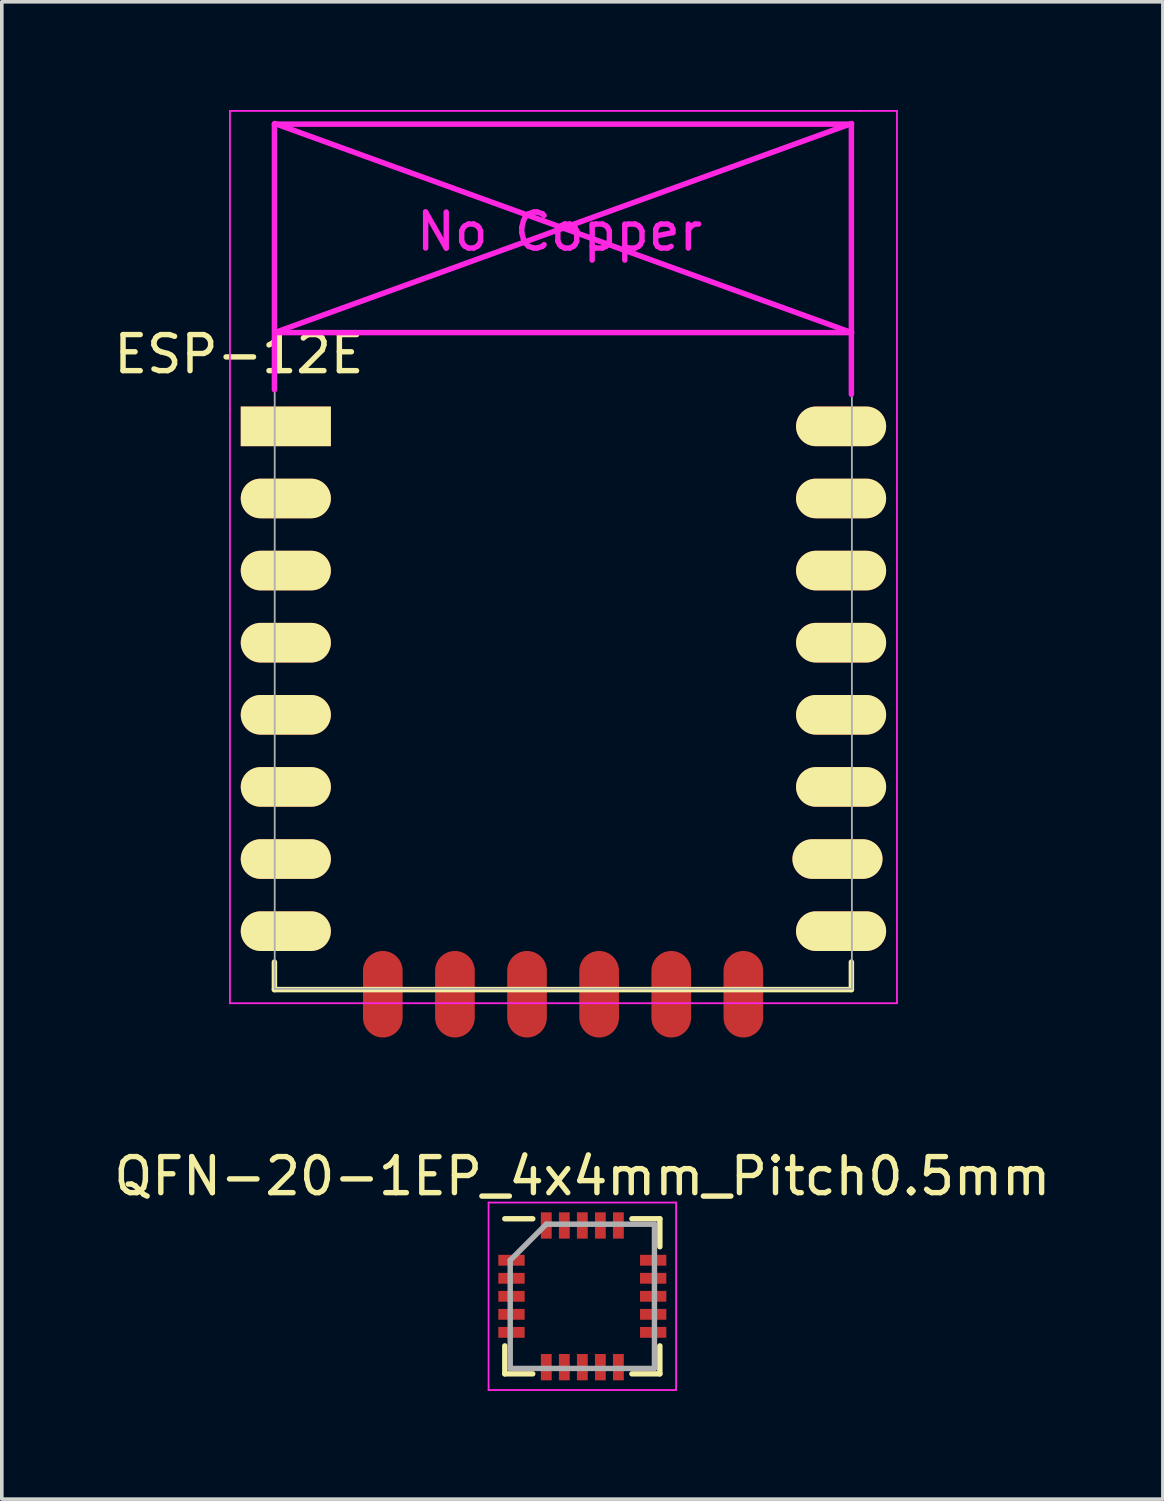
<source format=kicad_pcb>
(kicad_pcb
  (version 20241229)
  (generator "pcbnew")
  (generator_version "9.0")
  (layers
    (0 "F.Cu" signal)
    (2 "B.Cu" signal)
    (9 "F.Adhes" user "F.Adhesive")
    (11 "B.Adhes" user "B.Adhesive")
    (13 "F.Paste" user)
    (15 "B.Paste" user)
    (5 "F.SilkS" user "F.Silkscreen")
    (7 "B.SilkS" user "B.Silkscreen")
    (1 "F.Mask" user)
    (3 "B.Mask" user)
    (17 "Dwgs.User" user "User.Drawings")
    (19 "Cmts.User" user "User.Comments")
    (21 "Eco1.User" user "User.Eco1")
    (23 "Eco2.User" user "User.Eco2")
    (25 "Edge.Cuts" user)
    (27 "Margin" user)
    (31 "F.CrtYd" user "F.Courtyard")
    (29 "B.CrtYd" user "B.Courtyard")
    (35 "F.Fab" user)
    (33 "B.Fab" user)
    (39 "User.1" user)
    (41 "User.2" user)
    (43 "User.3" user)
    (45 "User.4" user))
  (footprint "ESP-12E"
    (layer "F.Cu")
    (at 5.577 8.775)
    (property "Reference" "ESP-12E" (at -2 -2 0) (layer "F.SilkS") (effects (font (size 1 1) (thickness 0.15))))
    (attr through_hole)
    (fp_line (start -1.016 14.859) (end -1.016 15.621) (stroke (width 0.152) (type solid)) (layer "F.SilkS"))
    (fp_line (start -1.016 15.621) (end 14.986 15.621) (stroke (width 0.152) (type solid)) (layer "F.SilkS"))
    (fp_line (start 14.986 15.621) (end 14.986 14.859) (stroke (width 0.152) (type solid)) (layer "F.SilkS"))
    (fp_line (start -2.25 -8.75) (end 15.25 -8.75) (stroke (width 0.05) (type solid)) (layer "F.CrtYd"))
    (fp_line (start -2.25 -0.5) (end -2.25 -8.75) (stroke (width 0.05) (type solid)) (layer "F.CrtYd"))
    (fp_line (start -2.25 16) (end -2.25 -0.5) (stroke (width 0.05) (type solid)) (layer "F.CrtYd"))
    (fp_line (start -1.016 -8.382) (end -1.016 -1.016) (stroke (width 0.152) (type solid)) (layer "F.CrtYd"))
    (fp_line (start -1.016 -8.382) (end 14.986 -8.382) (stroke (width 0.152) (type solid)) (layer "F.CrtYd"))
    (fp_line (start -1.008 -8.4) (end 14.992 -2.6) (stroke (width 0.152) (type solid)) (layer "F.CrtYd"))
    (fp_line (start -1.008 -2.6) (end 14.992 -2.6) (stroke (width 0.152) (type solid)) (layer "F.CrtYd"))
    (fp_line (start 14.986 -8.382) (end 14.986 -0.889) (stroke (width 0.152) (type solid)) (layer "F.CrtYd"))
    (fp_line (start 14.992 -8.4) (end -1.008 -2.6) (stroke (width 0.152) (type solid)) (layer "F.CrtYd"))
    (fp_line (start 15.25 -8.75) (end 16.25 -8.75) (stroke (width 0.05) (type solid)) (layer "F.CrtYd"))
    (fp_line (start 16.25 -8.75) (end 16.25 16) (stroke (width 0.05) (type solid)) (layer "F.CrtYd"))
    (fp_line (start 16.25 16) (end -2.25 16) (stroke (width 0.05) (type solid)) (layer "F.CrtYd"))
    (fp_line (start -1.008 -8.4) (end 14.992 -8.4) (stroke (width 0.05) (type solid)) (layer "F.Fab"))
    (fp_line (start -1.008 15.6) (end -1.008 -8.4) (stroke (width 0.05) (type solid)) (layer "F.Fab"))
    (fp_line (start 14.992 15.6) (end -1.008 15.6) (stroke (width 0.05) (type solid)) (layer "F.Fab"))
    (fp_line (start 15 -8.4) (end 15 15.6) (stroke (width 0.05) (type solid)) (layer "F.Fab"))
    (fp_text user "No Copper" (at 6.892 -5.4 0) (layer "F.CrtYd") (effects (font (size 1 1) (thickness 0.15))))
    (pad "1" smd rect (at 0 0) (size 2.5 1.1) (drill (offset -0.7 0)) (layers "F.Cu" "F.Mask" "F.SilkS"))
    (pad "2" smd oval (at 0 2) (size 2.5 1.1) (drill (offset -0.7 0)) (layers "F.Cu" "F.Mask" "F.SilkS"))
    (pad "3" smd oval (at 0 4) (size 2.5 1.1) (drill (offset -0.7 0)) (layers "F.Cu" "F.Mask" "F.SilkS"))
    (pad "4" smd oval (at 0 6) (size 2.5 1.1) (drill (offset -0.7 0)) (layers "F.Cu" "F.Mask" "F.SilkS"))
    (pad "5" smd oval (at 0 8) (size 2.5 1.1) (drill (offset -0.7 0)) (layers "F.Cu" "F.Mask" "F.SilkS"))
    (pad "6" smd oval (at 0 10) (size 2.5 1.1) (drill (offset -0.7 0)) (layers "F.Cu" "F.Mask" "F.SilkS"))
    (pad "7" smd oval (at 0 12) (size 2.5 1.1) (drill (offset -0.7 0)) (layers "F.Cu" "F.Mask" "F.SilkS"))
    (pad "8" smd oval (at 0 14) (size 2.5 1.1) (drill (offset -0.7 0)) (layers "F.Cu" "F.Mask" "F.SilkS"))
    (pad "9" smd oval (at 1.99 15.75 90) (size 2.4 1.1) (layers "F.Cu" "F.Mask" "F.Paste"))
    (pad "10" smd oval (at 3.99 15.75 90) (size 2.4 1.1) (layers "F.Cu" "F.Mask" "F.Paste"))
    (pad "11" smd oval (at 5.99 15.75 90) (size 2.4 1.1) (layers "F.Cu" "F.Mask" "F.Paste"))
    (pad "12" smd oval (at 7.99 15.75 90) (size 2.4 1.1) (layers "F.Cu" "F.Mask" "F.Paste"))
    (pad "13" smd oval (at 9.99 15.75 90) (size 2.4 1.1) (layers "F.Cu" "F.Mask" "F.Paste"))
    (pad "14" smd oval (at 11.99 15.75 90) (size 2.4 1.1) (layers "F.Cu" "F.Mask" "F.Paste"))
    (pad "15" smd oval (at 14 14) (size 2.5 1.1) (drill (offset 0.7 0)) (layers "F.Cu" "F.Mask" "F.SilkS"))
    (pad "16" smd oval (at 14 12) (size 2.5 1.1) (drill (offset 0.6 0)) (layers "F.Cu" "F.Mask" "F.SilkS"))
    (pad "17" smd oval (at 14 10) (size 2.5 1.1) (drill (offset 0.7 0)) (layers "F.Cu" "F.Mask" "F.SilkS"))
    (pad "18" smd oval (at 14 8) (size 2.5 1.1) (drill (offset 0.7 0)) (layers "F.Cu" "F.Mask" "F.SilkS"))
    (pad "19" smd oval (at 14 6) (size 2.5 1.1) (drill (offset 0.7 0)) (layers "F.Cu" "F.Mask" "F.SilkS"))
    (pad "20" smd oval (at 14 4) (size 2.5 1.1) (drill (offset 0.7 0)) (layers "F.Cu" "F.Mask" "F.SilkS"))
    (pad "21" smd oval (at 14 2) (size 2.5 1.1) (drill (offset 0.7 0)) (layers "F.Cu" "F.Mask" "F.SilkS"))
    (pad "22" smd oval (at 14 0) (size 2.5 1.1) (drill (offset 0.7 0)) (layers "F.Cu" "F.Mask" "F.SilkS")))
  (footprint "QFN-20-1EP_4x4mm_Pitch0.5mm"
    (layer "F.Cu")
    (at 13.101 32.903)
    (property "Reference" "QFN-20-1EP_4x4mm_Pitch0.5mm" (at 0 -3.33 0) (layer "F.SilkS") (effects (font (size 1 1) (thickness 0.15))))
    (attr smd)
    (fp_line (start -2.15 -2.15) (end -1.375 -2.15) (stroke (width 0.15) (type solid)) (layer "F.SilkS"))
    (fp_line (start -2.15 2.15) (end -2.15 1.375) (stroke (width 0.15) (type solid)) (layer "F.SilkS"))
    (fp_line (start -2.15 2.15) (end -1.375 2.15) (stroke (width 0.15) (type solid)) (layer "F.SilkS"))
    (fp_line (start 2.15 -2.15) (end 1.375 -2.15) (stroke (width 0.15) (type solid)) (layer "F.SilkS"))
    (fp_line (start 2.15 -2.15) (end 2.15 -1.375) (stroke (width 0.15) (type solid)) (layer "F.SilkS"))
    (fp_line (start 2.15 2.15) (end 1.375 2.15) (stroke (width 0.15) (type solid)) (layer "F.SilkS"))
    (fp_line (start 2.15 2.15) (end 2.15 1.375) (stroke (width 0.15) (type solid)) (layer "F.SilkS"))
    (fp_line (start -2.6 -2.6) (end -2.6 2.6) (stroke (width 0.05) (type solid)) (layer "F.CrtYd"))
    (fp_line (start -2.6 -2.6) (end 2.6 -2.6) (stroke (width 0.05) (type solid)) (layer "F.CrtYd"))
    (fp_line (start -2.6 2.6) (end 2.6 2.6) (stroke (width 0.05) (type solid)) (layer "F.CrtYd"))
    (fp_line (start 2.6 -2.6) (end 2.6 2.6) (stroke (width 0.05) (type solid)) (layer "F.CrtYd"))
    (fp_line (start -2 -1) (end -1 -2) (stroke (width 0.15) (type solid)) (layer "F.Fab"))
    (fp_line (start -2 2) (end -2 -1) (stroke (width 0.15) (type solid)) (layer "F.Fab"))
    (fp_line (start -1 -2) (end 2 -2) (stroke (width 0.15) (type solid)) (layer "F.Fab"))
    (fp_line (start 2 -2) (end 2 2) (stroke (width 0.15) (type solid)) (layer "F.Fab"))
    (fp_line (start 2 2) (end -2 2) (stroke (width 0.15) (type solid)) (layer "F.Fab"))
    (pad "1" smd rect (at -1.965 -1) (size 0.73 0.3) (layers "F.Cu" "F.Mask" "F.Paste"))
    (pad "2" smd rect (at -1.965 -0.5) (size 0.73 0.3) (layers "F.Cu" "F.Mask" "F.Paste"))
    (pad "3" smd rect (at -1.965 0) (size 0.73 0.3) (layers "F.Cu" "F.Mask" "F.Paste"))
    (pad "4" smd rect (at -1.965 0.5) (size 0.73 0.3) (layers "F.Cu" "F.Mask" "F.Paste"))
    (pad "5" smd rect (at -1.965 1) (size 0.73 0.3) (layers "F.Cu" "F.Mask" "F.Paste"))
    (pad "6" smd rect (at -1 1.965 90) (size 0.73 0.3) (layers "F.Cu" "F.Mask" "F.Paste"))
    (pad "7" smd rect (at -0.5 1.965 90) (size 0.73 0.3) (layers "F.Cu" "F.Mask" "F.Paste"))
    (pad "8" smd rect (at 0 1.965 90) (size 0.73 0.3) (layers "F.Cu" "F.Mask" "F.Paste"))
    (pad "9" smd rect (at 0.5 1.965 90) (size 0.73 0.3) (layers "F.Cu" "F.Mask" "F.Paste"))
    (pad "10" smd rect (at 1 1.965 90) (size 0.73 0.3) (layers "F.Cu" "F.Mask" "F.Paste"))
    (pad "11" smd rect (at 1.965 1) (size 0.73 0.3) (layers "F.Cu" "F.Mask" "F.Paste"))
    (pad "12" smd rect (at 1.965 0.5) (size 0.73 0.3) (layers "F.Cu" "F.Mask" "F.Paste"))
    (pad "13" smd rect (at 1.965 0) (size 0.73 0.3) (layers "F.Cu" "F.Mask" "F.Paste"))
    (pad "14" smd rect (at 1.965 -0.5) (size 0.73 0.3) (layers "F.Cu" "F.Mask" "F.Paste"))
    (pad "15" smd rect (at 1.965 -1) (size 0.73 0.3) (layers "F.Cu" "F.Mask" "F.Paste"))
    (pad "16" smd rect (at 1 -1.965 90) (size 0.73 0.3) (layers "F.Cu" "F.Mask" "F.Paste"))
    (pad "17" smd rect (at 0.5 -1.965 90) (size 0.73 0.3) (layers "F.Cu" "F.Mask" "F.Paste"))
    (pad "18" smd rect (at 0 -1.965 90) (size 0.73 0.3) (layers "F.Cu" "F.Mask" "F.Paste"))
    (pad "19" smd rect (at -0.5 -1.965 90) (size 0.73 0.3) (layers "F.Cu" "F.Mask" "F.Paste"))
    (pad "20" smd rect (at -1 -1.965 90) (size 0.73 0.3) (layers "F.Cu" "F.Mask" "F.Paste")))
  (gr_rect
    (start -3 -3)
    (end 29.202 38.528)
    (stroke (width 0.1) (type default))
    (fill no)
    (layer "Edge.Cuts")))
</source>
